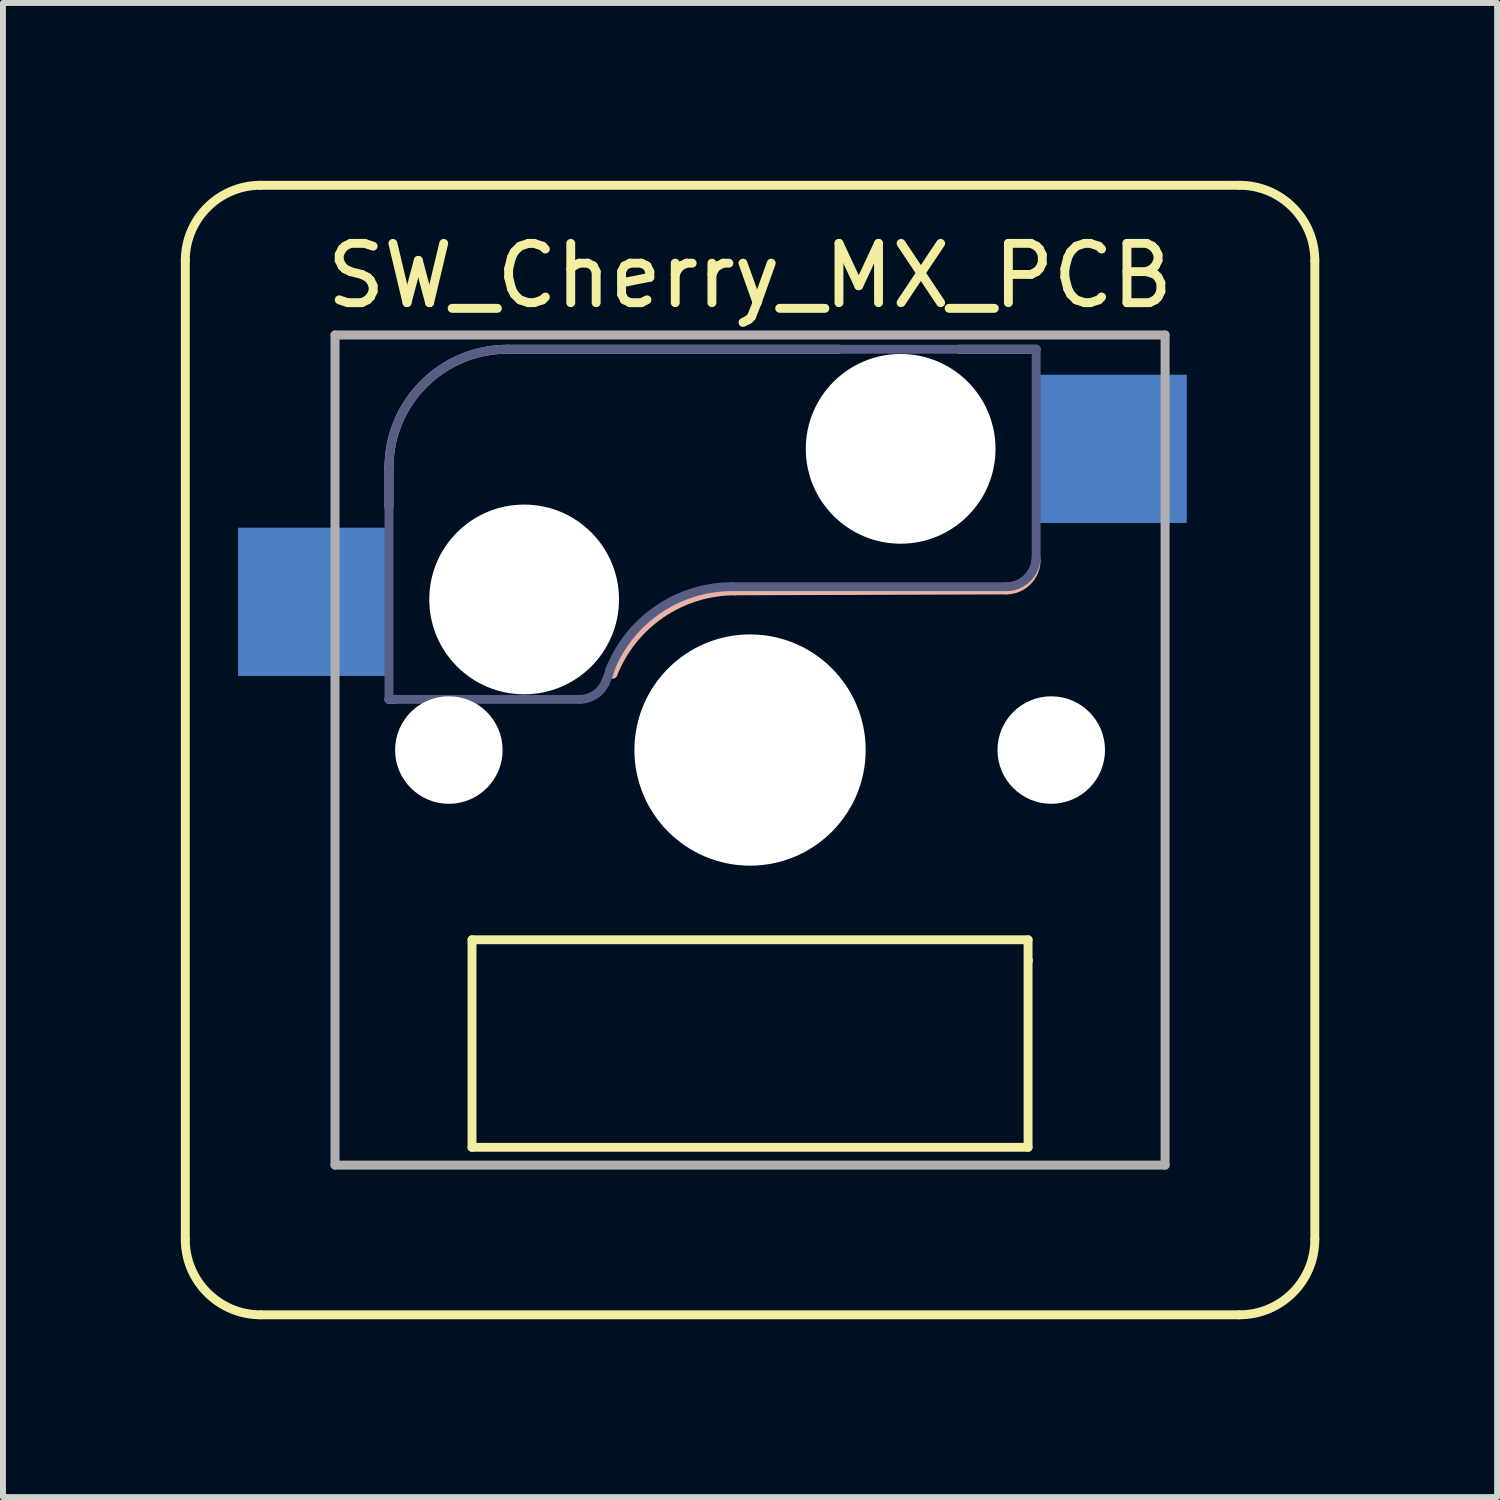
<source format=kicad_pcb>
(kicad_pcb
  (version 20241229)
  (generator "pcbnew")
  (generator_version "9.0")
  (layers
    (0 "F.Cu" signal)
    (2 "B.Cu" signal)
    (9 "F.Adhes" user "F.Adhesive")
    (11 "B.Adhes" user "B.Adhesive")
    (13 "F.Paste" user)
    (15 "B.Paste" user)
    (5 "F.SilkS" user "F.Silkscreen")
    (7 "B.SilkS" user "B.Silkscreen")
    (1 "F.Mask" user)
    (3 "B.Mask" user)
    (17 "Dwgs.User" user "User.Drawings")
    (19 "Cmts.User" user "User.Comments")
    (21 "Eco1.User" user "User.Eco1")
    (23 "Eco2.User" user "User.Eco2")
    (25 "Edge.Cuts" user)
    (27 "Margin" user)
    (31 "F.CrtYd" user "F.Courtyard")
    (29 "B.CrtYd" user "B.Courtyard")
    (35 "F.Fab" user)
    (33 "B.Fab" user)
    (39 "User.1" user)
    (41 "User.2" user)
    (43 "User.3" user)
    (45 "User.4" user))
  (footprint "SW_Cherry_MX_PCB"
    (layer "F.Cu")
    (at 9.6 9.6)
    (property "Reference" "SW_Cherry_MX_PCB" (at 0 -8 0) (layer "F.SilkS") (effects (font (size 1 1) (thickness 0.15))))
    (attr through_hole)
    (fp_line (start -9.525 8.255) (end -9.525 -8.255) (stroke (width 0.15) (type solid)) (layer "F.SilkS"))
    (fp_line (start -8.255 -9.525) (end 8.255 -9.525) (stroke (width 0.15) (type solid)) (layer "F.SilkS"))
    (fp_line (start -4.689 3.2) (end 4.689 3.2) (stroke (width 0.15) (type solid)) (layer "F.SilkS"))
    (fp_line (start -4.689 6.7) (end -4.689 3.2) (stroke (width 0.15) (type solid)) (layer "F.SilkS"))
    (fp_line (start 4.689 3.2) (end 4.689 6.7) (stroke (width 0.15) (type solid)) (layer "F.SilkS"))
    (fp_line (start 4.689 6.7) (end -4.689 6.7) (stroke (width 0.15) (type solid)) (layer "F.SilkS"))
    (fp_line (start 4.695 3.552) (end 4.695 3.549) (stroke (width 0.15) (type solid)) (layer "F.SilkS"))
    (fp_line (start 8.255 9.525) (end -8.255 9.525) (stroke (width 0.15) (type solid)) (layer "F.SilkS"))
    (fp_line (start 9.525 -8.255) (end 9.525 8.255) (stroke (width 0.15) (type solid)) (layer "F.SilkS"))
    (fp_arc (start -9.525 -8.255) (mid -9.153026 -9.153026) (end -8.255 -9.525) (stroke (width 0.15) (type solid)) (layer "F.SilkS"))
    (fp_arc (start -8.255 9.525) (mid -9.153026 9.153026) (end -9.525 8.255) (stroke (width 0.15) (type solid)) (layer "F.SilkS"))
    (fp_arc (start 8.255 -9.525) (mid 9.153026 -9.153026) (end 9.525 -8.255) (stroke (width 0.15) (type solid)) (layer "F.SilkS"))
    (fp_arc (start 9.525 8.255) (mid 9.153026 9.153026) (end 8.255 9.525) (stroke (width 0.15) (type solid)) (layer "F.SilkS"))
    (fp_line (start -6.09 -4.76) (end -6.09 -4.1) (stroke (width 0.15) (type solid)) (layer "B.SilkS"))
    (fp_line (start -6.09 -0.855) (end -6 -0.855) (stroke (width 0.15) (type solid)) (layer "B.SilkS"))
    (fp_line (start -0.253 -2.685) (end 4.32 -2.7) (stroke (width 0.15) (type solid)) (layer "B.SilkS"))
    (fp_line (start 1.5 -6.76) (end -4.09 -6.76) (stroke (width 0.15) (type solid)) (layer "B.SilkS"))
    (fp_line (start 4.825 -6.76) (end 3.525 -6.76) (stroke (width 0.15) (type default)) (layer "B.SilkS"))
    (fp_arc (start -6.09 -4.76) (mid -5.504214 -6.174214) (end -4.09 -6.76) (stroke (width 0.15) (type solid)) (layer "B.SilkS"))
    (fp_arc (start -2.313242 -1.27969) (mid -1.5 -2.3) (end -0.253242 -2.684691) (stroke (width 0.15) (type solid)) (layer "B.SilkS"))
    (fp_arc (start 4.825 -3.205) (mid 4.677089 -2.847911) (end 4.32 -2.7) (stroke (width 0.15) (type solid)) (layer "B.SilkS"))
    (fp_line (start -6.09 -4.76) (end -6.09 -0.855) (stroke (width 0.15) (type solid)) (layer "B.Fab"))
    (fp_line (start -6.09 -0.855) (end -2.875 -0.855) (stroke (width 0.15) (type solid)) (layer "B.Fab"))
    (fp_line (start -0.305 -2.755) (end 4.32 -2.755) (stroke (width 0.15) (type solid)) (layer "B.Fab"))
    (fp_line (start 4.825 -6.76) (end -4.09 -6.76) (stroke (width 0.15) (type solid)) (layer "B.Fab"))
    (fp_line (start 4.825 -3.275) (end 4.825 -6.76) (stroke (width 0.15) (type solid)) (layer "B.Fab"))
    (fp_arc (start -6.09 -4.76) (mid -5.504214 -6.174214) (end -4.09 -6.76) (stroke (width 0.15) (type solid)) (layer "B.Fab"))
    (fp_arc (start -2.44 -1.139999) (mid -2.614976 -0.932594) (end -2.875 -0.855) (stroke (width 0.15) (type solid)) (layer "B.Fab"))
    (fp_arc (start -2.365 -1.349999) (mid -1.551758 -2.370309) (end -0.305 -2.755) (stroke (width 0.15) (type solid)) (layer "B.Fab"))
    (fp_arc (start -2.35 -1.385) (mid -2.391401 -1.261178) (end -2.44 -1.14) (stroke (width 0.15) (type solid)) (layer "B.Fab"))
    (fp_arc (start 4.825 -3.26) (mid 4.677089 -2.902911) (end 4.32 -2.755) (stroke (width 0.15) (type solid)) (layer "B.Fab"))
    (fp_line (start -7 -7) (end 7 -7) (stroke (width 0.152) (type solid)) (layer "F.Fab"))
    (fp_line (start -7 7) (end -7 -7) (stroke (width 0.152) (type solid)) (layer "F.Fab"))
    (fp_line (start 7 -7) (end 7 7) (stroke (width 0.152) (type solid)) (layer "F.Fab"))
    (fp_line (start 7 7) (end -7 7) (stroke (width 0.152) (type solid)) (layer "F.Fab"))
    (pad "" np_thru_hole circle (at -5.08 0) (size 1.813 1.813) (drill 1.813) (layers "*.Cu" "*.Mask"))
    (pad "" np_thru_hole circle (at -3.81 -2.54) (size 3.2 3.2) (drill 3.2) (layers "*.Cu" "*.Mask"))
    (pad "" np_thru_hole circle (at 0 0) (size 3.9 3.9) (drill 3.9) (layers "*.Cu" "*.Mask"))
    (pad "" np_thru_hole circle (at 2.54 -5.08) (size 3.2 3.2) (drill 3.2) (layers "*.Cu" "*.Mask"))
    (pad "" np_thru_hole circle (at 5.08 0) (size 1.813 1.813) (drill 1.813) (layers "*.Cu" "*.Mask"))
    (pad "1" smd rect (at 6.09 -5.08 180) (size 2.55 2.5) (layers "B.Cu" "B.Mask" "B.Paste"))
    (pad "2" smd rect (at -7.36 -2.5 180) (size 2.55 2.5) (layers "B.Cu" "B.Mask" "B.Paste")))
  (gr_rect
    (start -3 -3)
    (end 22.2 22.2)
    (stroke (width 0.1) (type default))
    (fill no)
    (layer "Edge.Cuts")))
</source>
